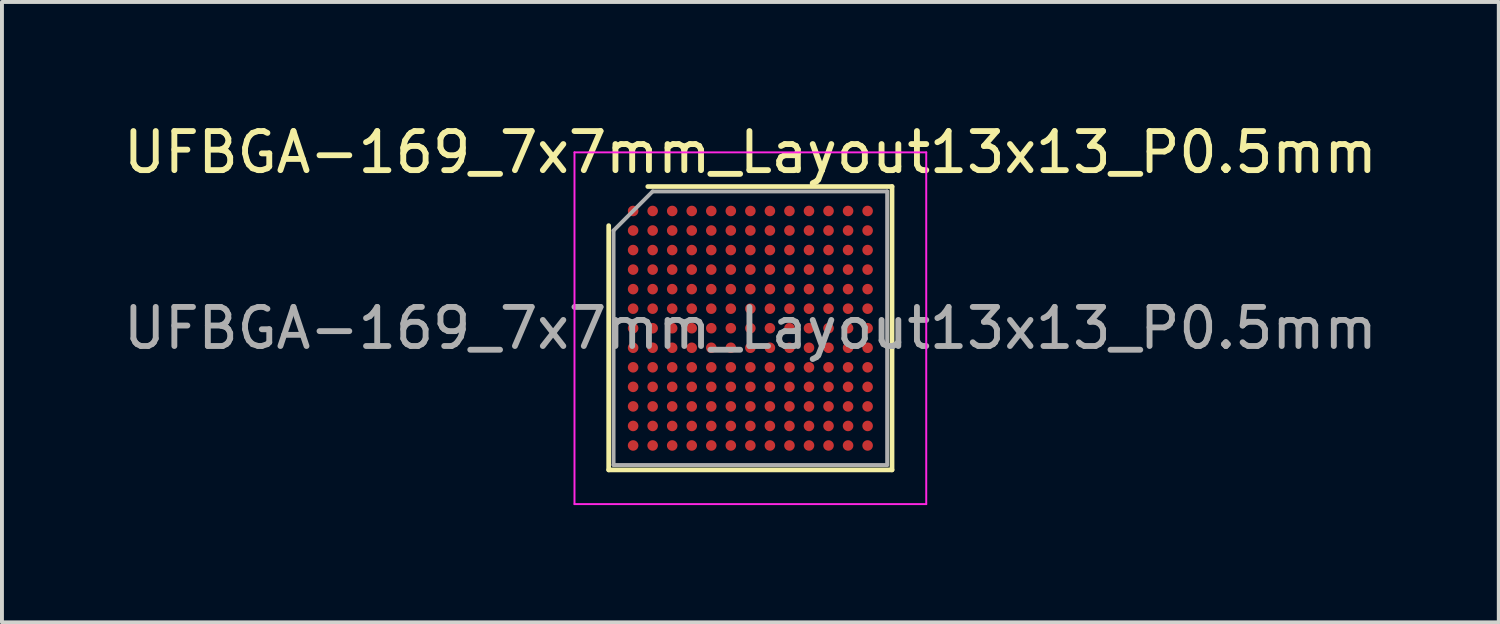
<source format=kicad_pcb>
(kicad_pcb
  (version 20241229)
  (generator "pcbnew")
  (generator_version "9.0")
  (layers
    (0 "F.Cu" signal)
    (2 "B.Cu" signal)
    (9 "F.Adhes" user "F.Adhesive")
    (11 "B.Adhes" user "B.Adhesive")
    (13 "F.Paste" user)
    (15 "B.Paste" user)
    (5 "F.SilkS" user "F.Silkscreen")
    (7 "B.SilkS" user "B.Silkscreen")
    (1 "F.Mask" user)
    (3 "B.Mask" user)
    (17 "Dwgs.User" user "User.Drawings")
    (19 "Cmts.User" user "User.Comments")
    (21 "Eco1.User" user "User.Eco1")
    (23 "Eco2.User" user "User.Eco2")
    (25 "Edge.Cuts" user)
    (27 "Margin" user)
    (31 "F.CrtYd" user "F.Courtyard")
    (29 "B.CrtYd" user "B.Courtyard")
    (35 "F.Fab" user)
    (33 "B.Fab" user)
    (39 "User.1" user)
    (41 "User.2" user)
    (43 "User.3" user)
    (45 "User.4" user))
  (footprint "UFBGA-169_7x7mm_Layout13x13_P0.5mm"
    (layer "F.Cu")
    (at 16.149 5.348)
    (property "Reference" "UFBGA-169_7x7mm_Layout13x13_P0.5mm" (at 0 -4.5 0) (layer "F.SilkS") (effects (font (size 1 1) (thickness 0.15))))
    (attr smd)
    (fp_line (start -3.625 3.625) (end -3.625 -2.625) (stroke (width 0.12) (type solid)) (layer "F.SilkS"))
    (fp_line (start -2.625 -3.625) (end 3.625 -3.625) (stroke (width 0.12) (type solid)) (layer "F.SilkS"))
    (fp_line (start 3.625 -3.625) (end 3.625 3.625) (stroke (width 0.12) (type solid)) (layer "F.SilkS"))
    (fp_line (start 3.625 3.625) (end -3.625 3.625) (stroke (width 0.12) (type solid)) (layer "F.SilkS"))
    (fp_line (start -4.5 -4.5) (end -4.5 4.5) (stroke (width 0.05) (type solid)) (layer "F.CrtYd"))
    (fp_line (start -4.5 4.5) (end 4.5 4.5) (stroke (width 0.05) (type solid)) (layer "F.CrtYd"))
    (fp_line (start 4.5 -4.5) (end -4.5 -4.5) (stroke (width 0.05) (type solid)) (layer "F.CrtYd"))
    (fp_line (start 4.5 4.5) (end 4.5 -4.5) (stroke (width 0.05) (type solid)) (layer "F.CrtYd"))
    (fp_line (start -3.5 -2.5) (end -2.5 -3.5) (stroke (width 0.1) (type solid)) (layer "F.Fab"))
    (fp_line (start -3.5 3.5) (end -3.5 -2.5) (stroke (width 0.1) (type solid)) (layer "F.Fab"))
    (fp_line (start -2.5 -3.5) (end 3.5 -3.5) (stroke (width 0.1) (type solid)) (layer "F.Fab"))
    (fp_line (start 3.5 -3.5) (end 3.5 3.5) (stroke (width 0.1) (type solid)) (layer "F.Fab"))
    (fp_line (start 3.5 3.5) (end -3.5 3.5) (stroke (width 0.1) (type solid)) (layer "F.Fab"))
    (fp_text user "${REFERENCE}" (at 0 0 0) (layer "F.Fab") (effects (font (size 1 1) (thickness 0.15))))
    (pad "A1" smd circle (at -3 -3) (size 0.27 0.27) (layers "F.Cu" "F.Mask" "F.Paste"))
    (pad "A2" smd circle (at -2.5 -3) (size 0.27 0.27) (layers "F.Cu" "F.Mask" "F.Paste"))
    (pad "A3" smd circle (at -2 -3) (size 0.27 0.27) (layers "F.Cu" "F.Mask" "F.Paste"))
    (pad "A4" smd circle (at -1.5 -3) (size 0.27 0.27) (layers "F.Cu" "F.Mask" "F.Paste"))
    (pad "A5" smd circle (at -1 -3) (size 0.27 0.27) (layers "F.Cu" "F.Mask" "F.Paste"))
    (pad "A6" smd circle (at -0.5 -3) (size 0.27 0.27) (layers "F.Cu" "F.Mask" "F.Paste"))
    (pad "A7" smd circle (at 0 -3) (size 0.27 0.27) (layers "F.Cu" "F.Mask" "F.Paste"))
    (pad "A8" smd circle (at 0.5 -3) (size 0.27 0.27) (layers "F.Cu" "F.Mask" "F.Paste"))
    (pad "A9" smd circle (at 1 -3) (size 0.27 0.27) (layers "F.Cu" "F.Mask" "F.Paste"))
    (pad "A10" smd circle (at 1.5 -3) (size 0.27 0.27) (layers "F.Cu" "F.Mask" "F.Paste"))
    (pad "A11" smd circle (at 2 -3) (size 0.27 0.27) (layers "F.Cu" "F.Mask" "F.Paste"))
    (pad "A12" smd circle (at 2.5 -3) (size 0.27 0.27) (layers "F.Cu" "F.Mask" "F.Paste"))
    (pad "A13" smd circle (at 3 -3) (size 0.27 0.27) (layers "F.Cu" "F.Mask" "F.Paste"))
    (pad "B1" smd circle (at -3 -2.5) (size 0.27 0.27) (layers "F.Cu" "F.Mask" "F.Paste"))
    (pad "B2" smd circle (at -2.5 -2.5) (size 0.27 0.27) (layers "F.Cu" "F.Mask" "F.Paste"))
    (pad "B3" smd circle (at -2 -2.5) (size 0.27 0.27) (layers "F.Cu" "F.Mask" "F.Paste"))
    (pad "B4" smd circle (at -1.5 -2.5) (size 0.27 0.27) (layers "F.Cu" "F.Mask" "F.Paste"))
    (pad "B5" smd circle (at -1 -2.5) (size 0.27 0.27) (layers "F.Cu" "F.Mask" "F.Paste"))
    (pad "B6" smd circle (at -0.5 -2.5) (size 0.27 0.27) (layers "F.Cu" "F.Mask" "F.Paste"))
    (pad "B7" smd circle (at 0 -2.5) (size 0.27 0.27) (layers "F.Cu" "F.Mask" "F.Paste"))
    (pad "B8" smd circle (at 0.5 -2.5) (size 0.27 0.27) (layers "F.Cu" "F.Mask" "F.Paste"))
    (pad "B9" smd circle (at 1 -2.5) (size 0.27 0.27) (layers "F.Cu" "F.Mask" "F.Paste"))
    (pad "B10" smd circle (at 1.5 -2.5) (size 0.27 0.27) (layers "F.Cu" "F.Mask" "F.Paste"))
    (pad "B11" smd circle (at 2 -2.5) (size 0.27 0.27) (layers "F.Cu" "F.Mask" "F.Paste"))
    (pad "B12" smd circle (at 2.5 -2.5) (size 0.27 0.27) (layers "F.Cu" "F.Mask" "F.Paste"))
    (pad "B13" smd circle (at 3 -2.5) (size 0.27 0.27) (layers "F.Cu" "F.Mask" "F.Paste"))
    (pad "C1" smd circle (at -3 -2) (size 0.27 0.27) (layers "F.Cu" "F.Mask" "F.Paste"))
    (pad "C2" smd circle (at -2.5 -2) (size 0.27 0.27) (layers "F.Cu" "F.Mask" "F.Paste"))
    (pad "C3" smd circle (at -2 -2) (size 0.27 0.27) (layers "F.Cu" "F.Mask" "F.Paste"))
    (pad "C4" smd circle (at -1.5 -2) (size 0.27 0.27) (layers "F.Cu" "F.Mask" "F.Paste"))
    (pad "C5" smd circle (at -1 -2) (size 0.27 0.27) (layers "F.Cu" "F.Mask" "F.Paste"))
    (pad "C6" smd circle (at -0.5 -2) (size 0.27 0.27) (layers "F.Cu" "F.Mask" "F.Paste"))
    (pad "C7" smd circle (at 0 -2) (size 0.27 0.27) (layers "F.Cu" "F.Mask" "F.Paste"))
    (pad "C8" smd circle (at 0.5 -2) (size 0.27 0.27) (layers "F.Cu" "F.Mask" "F.Paste"))
    (pad "C9" smd circle (at 1 -2) (size 0.27 0.27) (layers "F.Cu" "F.Mask" "F.Paste"))
    (pad "C10" smd circle (at 1.5 -2) (size 0.27 0.27) (layers "F.Cu" "F.Mask" "F.Paste"))
    (pad "C11" smd circle (at 2 -2) (size 0.27 0.27) (layers "F.Cu" "F.Mask" "F.Paste"))
    (pad "C12" smd circle (at 2.5 -2) (size 0.27 0.27) (layers "F.Cu" "F.Mask" "F.Paste"))
    (pad "C13" smd circle (at 3 -2) (size 0.27 0.27) (layers "F.Cu" "F.Mask" "F.Paste"))
    (pad "D1" smd circle (at -3 -1.5) (size 0.27 0.27) (layers "F.Cu" "F.Mask" "F.Paste"))
    (pad "D2" smd circle (at -2.5 -1.5) (size 0.27 0.27) (layers "F.Cu" "F.Mask" "F.Paste"))
    (pad "D3" smd circle (at -2 -1.5) (size 0.27 0.27) (layers "F.Cu" "F.Mask" "F.Paste"))
    (pad "D4" smd circle (at -1.5 -1.5) (size 0.27 0.27) (layers "F.Cu" "F.Mask" "F.Paste"))
    (pad "D5" smd circle (at -1 -1.5) (size 0.27 0.27) (layers "F.Cu" "F.Mask" "F.Paste"))
    (pad "D6" smd circle (at -0.5 -1.5) (size 0.27 0.27) (layers "F.Cu" "F.Mask" "F.Paste"))
    (pad "D7" smd circle (at 0 -1.5) (size 0.27 0.27) (layers "F.Cu" "F.Mask" "F.Paste"))
    (pad "D8" smd circle (at 0.5 -1.5) (size 0.27 0.27) (layers "F.Cu" "F.Mask" "F.Paste"))
    (pad "D9" smd circle (at 1 -1.5) (size 0.27 0.27) (layers "F.Cu" "F.Mask" "F.Paste"))
    (pad "D10" smd circle (at 1.5 -1.5) (size 0.27 0.27) (layers "F.Cu" "F.Mask" "F.Paste"))
    (pad "D11" smd circle (at 2 -1.5) (size 0.27 0.27) (layers "F.Cu" "F.Mask" "F.Paste"))
    (pad "D12" smd circle (at 2.5 -1.5) (size 0.27 0.27) (layers "F.Cu" "F.Mask" "F.Paste"))
    (pad "D13" smd circle (at 3 -1.5) (size 0.27 0.27) (layers "F.Cu" "F.Mask" "F.Paste"))
    (pad "E1" smd circle (at -3 -1) (size 0.27 0.27) (layers "F.Cu" "F.Mask" "F.Paste"))
    (pad "E2" smd circle (at -2.5 -1) (size 0.27 0.27) (layers "F.Cu" "F.Mask" "F.Paste"))
    (pad "E3" smd circle (at -2 -1) (size 0.27 0.27) (layers "F.Cu" "F.Mask" "F.Paste"))
    (pad "E4" smd circle (at -1.5 -1) (size 0.27 0.27) (layers "F.Cu" "F.Mask" "F.Paste"))
    (pad "E5" smd circle (at -1 -1) (size 0.27 0.27) (layers "F.Cu" "F.Mask" "F.Paste"))
    (pad "E6" smd circle (at -0.5 -1) (size 0.27 0.27) (layers "F.Cu" "F.Mask" "F.Paste"))
    (pad "E7" smd circle (at 0 -1) (size 0.27 0.27) (layers "F.Cu" "F.Mask" "F.Paste"))
    (pad "E8" smd circle (at 0.5 -1) (size 0.27 0.27) (layers "F.Cu" "F.Mask" "F.Paste"))
    (pad "E9" smd circle (at 1 -1) (size 0.27 0.27) (layers "F.Cu" "F.Mask" "F.Paste"))
    (pad "E10" smd circle (at 1.5 -1) (size 0.27 0.27) (layers "F.Cu" "F.Mask" "F.Paste"))
    (pad "E11" smd circle (at 2 -1) (size 0.27 0.27) (layers "F.Cu" "F.Mask" "F.Paste"))
    (pad "E12" smd circle (at 2.5 -1) (size 0.27 0.27) (layers "F.Cu" "F.Mask" "F.Paste"))
    (pad "E13" smd circle (at 3 -1) (size 0.27 0.27) (layers "F.Cu" "F.Mask" "F.Paste"))
    (pad "F1" smd circle (at -3 -0.5) (size 0.27 0.27) (layers "F.Cu" "F.Mask" "F.Paste"))
    (pad "F2" smd circle (at -2.5 -0.5) (size 0.27 0.27) (layers "F.Cu" "F.Mask" "F.Paste"))
    (pad "F3" smd circle (at -2 -0.5) (size 0.27 0.27) (layers "F.Cu" "F.Mask" "F.Paste"))
    (pad "F4" smd circle (at -1.5 -0.5) (size 0.27 0.27) (layers "F.Cu" "F.Mask" "F.Paste"))
    (pad "F5" smd circle (at -1 -0.5) (size 0.27 0.27) (layers "F.Cu" "F.Mask" "F.Paste"))
    (pad "F6" smd circle (at -0.5 -0.5) (size 0.27 0.27) (layers "F.Cu" "F.Mask" "F.Paste"))
    (pad "F7" smd circle (at 0 -0.5) (size 0.27 0.27) (layers "F.Cu" "F.Mask" "F.Paste"))
    (pad "F8" smd circle (at 0.5 -0.5) (size 0.27 0.27) (layers "F.Cu" "F.Mask" "F.Paste"))
    (pad "F9" smd circle (at 1 -0.5) (size 0.27 0.27) (layers "F.Cu" "F.Mask" "F.Paste"))
    (pad "F10" smd circle (at 1.5 -0.5) (size 0.27 0.27) (layers "F.Cu" "F.Mask" "F.Paste"))
    (pad "F11" smd circle (at 2 -0.5) (size 0.27 0.27) (layers "F.Cu" "F.Mask" "F.Paste"))
    (pad "F12" smd circle (at 2.5 -0.5) (size 0.27 0.27) (layers "F.Cu" "F.Mask" "F.Paste"))
    (pad "F13" smd circle (at 3 -0.5) (size 0.27 0.27) (layers "F.Cu" "F.Mask" "F.Paste"))
    (pad "G1" smd circle (at -3 0) (size 0.27 0.27) (layers "F.Cu" "F.Mask" "F.Paste"))
    (pad "G2" smd circle (at -2.5 0) (size 0.27 0.27) (layers "F.Cu" "F.Mask" "F.Paste"))
    (pad "G3" smd circle (at -2 0) (size 0.27 0.27) (layers "F.Cu" "F.Mask" "F.Paste"))
    (pad "G4" smd circle (at -1.5 0) (size 0.27 0.27) (layers "F.Cu" "F.Mask" "F.Paste"))
    (pad "G5" smd circle (at -1 0) (size 0.27 0.27) (layers "F.Cu" "F.Mask" "F.Paste"))
    (pad "G6" smd circle (at -0.5 0) (size 0.27 0.27) (layers "F.Cu" "F.Mask" "F.Paste"))
    (pad "G7" smd circle (at 0 0) (size 0.27 0.27) (layers "F.Cu" "F.Mask" "F.Paste"))
    (pad "G8" smd circle (at 0.5 0) (size 0.27 0.27) (layers "F.Cu" "F.Mask" "F.Paste"))
    (pad "G9" smd circle (at 1 0) (size 0.27 0.27) (layers "F.Cu" "F.Mask" "F.Paste"))
    (pad "G10" smd circle (at 1.5 0) (size 0.27 0.27) (layers "F.Cu" "F.Mask" "F.Paste"))
    (pad "G11" smd circle (at 2 0) (size 0.27 0.27) (layers "F.Cu" "F.Mask" "F.Paste"))
    (pad "G12" smd circle (at 2.5 0) (size 0.27 0.27) (layers "F.Cu" "F.Mask" "F.Paste"))
    (pad "G13" smd circle (at 3 0) (size 0.27 0.27) (layers "F.Cu" "F.Mask" "F.Paste"))
    (pad "H1" smd circle (at -3 0.5) (size 0.27 0.27) (layers "F.Cu" "F.Mask" "F.Paste"))
    (pad "H2" smd circle (at -2.5 0.5) (size 0.27 0.27) (layers "F.Cu" "F.Mask" "F.Paste"))
    (pad "H3" smd circle (at -2 0.5) (size 0.27 0.27) (layers "F.Cu" "F.Mask" "F.Paste"))
    (pad "H4" smd circle (at -1.5 0.5) (size 0.27 0.27) (layers "F.Cu" "F.Mask" "F.Paste"))
    (pad "H5" smd circle (at -1 0.5) (size 0.27 0.27) (layers "F.Cu" "F.Mask" "F.Paste"))
    (pad "H6" smd circle (at -0.5 0.5) (size 0.27 0.27) (layers "F.Cu" "F.Mask" "F.Paste"))
    (pad "H7" smd circle (at 0 0.5) (size 0.27 0.27) (layers "F.Cu" "F.Mask" "F.Paste"))
    (pad "H8" smd circle (at 0.5 0.5) (size 0.27 0.27) (layers "F.Cu" "F.Mask" "F.Paste"))
    (pad "H9" smd circle (at 1 0.5) (size 0.27 0.27) (layers "F.Cu" "F.Mask" "F.Paste"))
    (pad "H10" smd circle (at 1.5 0.5) (size 0.27 0.27) (layers "F.Cu" "F.Mask" "F.Paste"))
    (pad "H11" smd circle (at 2 0.5) (size 0.27 0.27) (layers "F.Cu" "F.Mask" "F.Paste"))
    (pad "H12" smd circle (at 2.5 0.5) (size 0.27 0.27) (layers "F.Cu" "F.Mask" "F.Paste"))
    (pad "H13" smd circle (at 3 0.5) (size 0.27 0.27) (layers "F.Cu" "F.Mask" "F.Paste"))
    (pad "J1" smd circle (at -3 1) (size 0.27 0.27) (layers "F.Cu" "F.Mask" "F.Paste"))
    (pad "J2" smd circle (at -2.5 1) (size 0.27 0.27) (layers "F.Cu" "F.Mask" "F.Paste"))
    (pad "J3" smd circle (at -2 1) (size 0.27 0.27) (layers "F.Cu" "F.Mask" "F.Paste"))
    (pad "J4" smd circle (at -1.5 1) (size 0.27 0.27) (layers "F.Cu" "F.Mask" "F.Paste"))
    (pad "J5" smd circle (at -1 1) (size 0.27 0.27) (layers "F.Cu" "F.Mask" "F.Paste"))
    (pad "J6" smd circle (at -0.5 1) (size 0.27 0.27) (layers "F.Cu" "F.Mask" "F.Paste"))
    (pad "J7" smd circle (at 0 1) (size 0.27 0.27) (layers "F.Cu" "F.Mask" "F.Paste"))
    (pad "J8" smd circle (at 0.5 1) (size 0.27 0.27) (layers "F.Cu" "F.Mask" "F.Paste"))
    (pad "J9" smd circle (at 1 1) (size 0.27 0.27) (layers "F.Cu" "F.Mask" "F.Paste"))
    (pad "J10" smd circle (at 1.5 1) (size 0.27 0.27) (layers "F.Cu" "F.Mask" "F.Paste"))
    (pad "J11" smd circle (at 2 1) (size 0.27 0.27) (layers "F.Cu" "F.Mask" "F.Paste"))
    (pad "J12" smd circle (at 2.5 1) (size 0.27 0.27) (layers "F.Cu" "F.Mask" "F.Paste"))
    (pad "J13" smd circle (at 3 1) (size 0.27 0.27) (layers "F.Cu" "F.Mask" "F.Paste"))
    (pad "K1" smd circle (at -3 1.5) (size 0.27 0.27) (layers "F.Cu" "F.Mask" "F.Paste"))
    (pad "K2" smd circle (at -2.5 1.5) (size 0.27 0.27) (layers "F.Cu" "F.Mask" "F.Paste"))
    (pad "K3" smd circle (at -2 1.5) (size 0.27 0.27) (layers "F.Cu" "F.Mask" "F.Paste"))
    (pad "K4" smd circle (at -1.5 1.5) (size 0.27 0.27) (layers "F.Cu" "F.Mask" "F.Paste"))
    (pad "K5" smd circle (at -1 1.5) (size 0.27 0.27) (layers "F.Cu" "F.Mask" "F.Paste"))
    (pad "K6" smd circle (at -0.5 1.5) (size 0.27 0.27) (layers "F.Cu" "F.Mask" "F.Paste"))
    (pad "K7" smd circle (at 0 1.5) (size 0.27 0.27) (layers "F.Cu" "F.Mask" "F.Paste"))
    (pad "K8" smd circle (at 0.5 1.5) (size 0.27 0.27) (layers "F.Cu" "F.Mask" "F.Paste"))
    (pad "K9" smd circle (at 1 1.5) (size 0.27 0.27) (layers "F.Cu" "F.Mask" "F.Paste"))
    (pad "K10" smd circle (at 1.5 1.5) (size 0.27 0.27) (layers "F.Cu" "F.Mask" "F.Paste"))
    (pad "K11" smd circle (at 2 1.5) (size 0.27 0.27) (layers "F.Cu" "F.Mask" "F.Paste"))
    (pad "K12" smd circle (at 2.5 1.5) (size 0.27 0.27) (layers "F.Cu" "F.Mask" "F.Paste"))
    (pad "K13" smd circle (at 3 1.5) (size 0.27 0.27) (layers "F.Cu" "F.Mask" "F.Paste"))
    (pad "L1" smd circle (at -3 2) (size 0.27 0.27) (layers "F.Cu" "F.Mask" "F.Paste"))
    (pad "L2" smd circle (at -2.5 2) (size 0.27 0.27) (layers "F.Cu" "F.Mask" "F.Paste"))
    (pad "L3" smd circle (at -2 2) (size 0.27 0.27) (layers "F.Cu" "F.Mask" "F.Paste"))
    (pad "L4" smd circle (at -1.5 2) (size 0.27 0.27) (layers "F.Cu" "F.Mask" "F.Paste"))
    (pad "L5" smd circle (at -1 2) (size 0.27 0.27) (layers "F.Cu" "F.Mask" "F.Paste"))
    (pad "L6" smd circle (at -0.5 2) (size 0.27 0.27) (layers "F.Cu" "F.Mask" "F.Paste"))
    (pad "L7" smd circle (at 0 2) (size 0.27 0.27) (layers "F.Cu" "F.Mask" "F.Paste"))
    (pad "L8" smd circle (at 0.5 2) (size 0.27 0.27) (layers "F.Cu" "F.Mask" "F.Paste"))
    (pad "L9" smd circle (at 1 2) (size 0.27 0.27) (layers "F.Cu" "F.Mask" "F.Paste"))
    (pad "L10" smd circle (at 1.5 2) (size 0.27 0.27) (layers "F.Cu" "F.Mask" "F.Paste"))
    (pad "L11" smd circle (at 2 2) (size 0.27 0.27) (layers "F.Cu" "F.Mask" "F.Paste"))
    (pad "L12" smd circle (at 2.5 2) (size 0.27 0.27) (layers "F.Cu" "F.Mask" "F.Paste"))
    (pad "L13" smd circle (at 3 2) (size 0.27 0.27) (layers "F.Cu" "F.Mask" "F.Paste"))
    (pad "M1" smd circle (at -3 2.5) (size 0.27 0.27) (layers "F.Cu" "F.Mask" "F.Paste"))
    (pad "M2" smd circle (at -2.5 2.5) (size 0.27 0.27) (layers "F.Cu" "F.Mask" "F.Paste"))
    (pad "M3" smd circle (at -2 2.5) (size 0.27 0.27) (layers "F.Cu" "F.Mask" "F.Paste"))
    (pad "M4" smd circle (at -1.5 2.5) (size 0.27 0.27) (layers "F.Cu" "F.Mask" "F.Paste"))
    (pad "M5" smd circle (at -1 2.5) (size 0.27 0.27) (layers "F.Cu" "F.Mask" "F.Paste"))
    (pad "M6" smd circle (at -0.5 2.5) (size 0.27 0.27) (layers "F.Cu" "F.Mask" "F.Paste"))
    (pad "M7" smd circle (at 0 2.5) (size 0.27 0.27) (layers "F.Cu" "F.Mask" "F.Paste"))
    (pad "M8" smd circle (at 0.5 2.5) (size 0.27 0.27) (layers "F.Cu" "F.Mask" "F.Paste"))
    (pad "M9" smd circle (at 1 2.5) (size 0.27 0.27) (layers "F.Cu" "F.Mask" "F.Paste"))
    (pad "M10" smd circle (at 1.5 2.5) (size 0.27 0.27) (layers "F.Cu" "F.Mask" "F.Paste"))
    (pad "M11" smd circle (at 2 2.5) (size 0.27 0.27) (layers "F.Cu" "F.Mask" "F.Paste"))
    (pad "M12" smd circle (at 2.5 2.5) (size 0.27 0.27) (layers "F.Cu" "F.Mask" "F.Paste"))
    (pad "M13" smd circle (at 3 2.5) (size 0.27 0.27) (layers "F.Cu" "F.Mask" "F.Paste"))
    (pad "N1" smd circle (at -3 3) (size 0.27 0.27) (layers "F.Cu" "F.Mask" "F.Paste"))
    (pad "N2" smd circle (at -2.5 3) (size 0.27 0.27) (layers "F.Cu" "F.Mask" "F.Paste"))
    (pad "N3" smd circle (at -2 3) (size 0.27 0.27) (layers "F.Cu" "F.Mask" "F.Paste"))
    (pad "N4" smd circle (at -1.5 3) (size 0.27 0.27) (layers "F.Cu" "F.Mask" "F.Paste"))
    (pad "N5" smd circle (at -1 3) (size 0.27 0.27) (layers "F.Cu" "F.Mask" "F.Paste"))
    (pad "N6" smd circle (at -0.5 3) (size 0.27 0.27) (layers "F.Cu" "F.Mask" "F.Paste"))
    (pad "N7" smd circle (at 0 3) (size 0.27 0.27) (layers "F.Cu" "F.Mask" "F.Paste"))
    (pad "N8" smd circle (at 0.5 3) (size 0.27 0.27) (layers "F.Cu" "F.Mask" "F.Paste"))
    (pad "N9" smd circle (at 1 3) (size 0.27 0.27) (layers "F.Cu" "F.Mask" "F.Paste"))
    (pad "N10" smd circle (at 1.5 3) (size 0.27 0.27) (layers "F.Cu" "F.Mask" "F.Paste"))
    (pad "N11" smd circle (at 2 3) (size 0.27 0.27) (layers "F.Cu" "F.Mask" "F.Paste"))
    (pad "N12" smd circle (at 2.5 3) (size 0.27 0.27) (layers "F.Cu" "F.Mask" "F.Paste"))
    (pad "N13" smd circle (at 3 3) (size 0.27 0.27) (layers "F.Cu" "F.Mask" "F.Paste")))
  (gr_rect
    (start -3 -3)
    (end 35.298 12.873)
    (stroke (width 0.1) (type default))
    (fill no)
    (layer "Edge.Cuts")))
</source>
